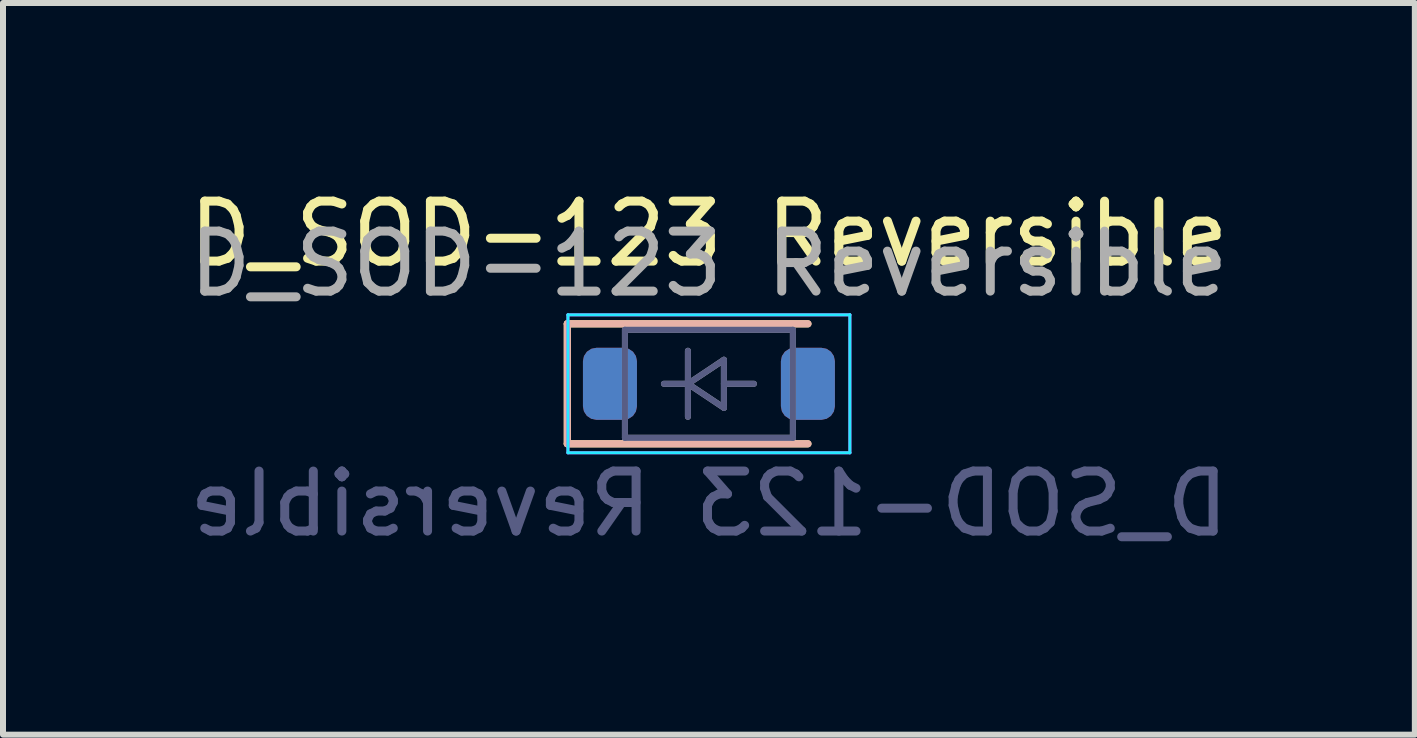
<source format=kicad_pcb>
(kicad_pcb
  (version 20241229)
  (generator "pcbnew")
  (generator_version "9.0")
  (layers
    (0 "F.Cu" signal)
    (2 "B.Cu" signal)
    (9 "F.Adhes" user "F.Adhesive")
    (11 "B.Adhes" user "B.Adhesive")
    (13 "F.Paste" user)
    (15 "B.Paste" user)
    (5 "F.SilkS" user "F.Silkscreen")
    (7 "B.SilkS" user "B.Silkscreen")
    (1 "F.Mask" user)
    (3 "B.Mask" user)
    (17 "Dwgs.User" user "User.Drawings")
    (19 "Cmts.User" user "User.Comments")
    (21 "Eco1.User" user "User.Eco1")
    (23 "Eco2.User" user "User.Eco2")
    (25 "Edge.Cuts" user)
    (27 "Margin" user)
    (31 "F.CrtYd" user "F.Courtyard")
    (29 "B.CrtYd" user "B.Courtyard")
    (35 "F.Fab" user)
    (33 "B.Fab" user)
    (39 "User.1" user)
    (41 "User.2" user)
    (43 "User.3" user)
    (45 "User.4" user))
  (footprint "D_SOD-123 Reversible"
    (layer "F.Cu")
    (at 8.768 2.848)
    (property "Reference" "D_SOD-123 Reversible" (at 0 -2 0) (layer "F.SilkS") (effects (font (size 1 1) (thickness 0.15))))
    (attr smd)
    (fp_line (start -2.36 -0.5) (end -2.36 1.5) (stroke (width 0.12) (type solid)) (layer "F.SilkS"))
    (fp_line (start -2.36 -0.5) (end 1.65 -0.5) (stroke (width 0.12) (type solid)) (layer "F.SilkS"))
    (fp_line (start -2.36 1.5) (end 1.65 1.5) (stroke (width 0.12) (type solid)) (layer "F.SilkS"))
    (fp_line (start -2.36 -0.5) (end 1.65 -0.5) (stroke (width 0.12) (type solid)) (layer "B.SilkS"))
    (fp_line (start -2.36 1.5) (end -2.36 -0.5) (stroke (width 0.12) (type solid)) (layer "B.SilkS"))
    (fp_line (start -2.36 1.5) (end 1.65 1.5) (stroke (width 0.12) (type solid)) (layer "B.SilkS"))
    (fp_line (start -2.35 1.65) (end -2.35 -0.65) (stroke (width 0.05) (type solid)) (layer "B.CrtYd"))
    (fp_line (start -2.35 1.65) (end 2.35 1.65) (stroke (width 0.05) (type solid)) (layer "B.CrtYd"))
    (fp_line (start 2.35 -0.65) (end -2.35 -0.65) (stroke (width 0.05) (type solid)) (layer "B.CrtYd"))
    (fp_line (start 2.35 1.65) (end 2.35 -0.65) (stroke (width 0.05) (type solid)) (layer "B.CrtYd"))
    (fp_line (start -2.35 -0.65) (end -2.35 1.65) (stroke (width 0.05) (type solid)) (layer "F.CrtYd"))
    (fp_line (start -2.35 -0.65) (end 2.35 -0.65) (stroke (width 0.05) (type solid)) (layer "F.CrtYd"))
    (fp_line (start 2.35 -0.65) (end 2.35 1.65) (stroke (width 0.05) (type solid)) (layer "F.CrtYd"))
    (fp_line (start 2.35 1.65) (end -2.35 1.65) (stroke (width 0.05) (type solid)) (layer "F.CrtYd"))
    (fp_line (start -1.4 -0.4) (end -1.4 1.4) (stroke (width 0.1) (type solid)) (layer "B.Fab"))
    (fp_line (start -1.4 1.4) (end 1.4 1.4) (stroke (width 0.1) (type solid)) (layer "B.Fab"))
    (fp_line (start -0.75 0.5) (end -0.35 0.5) (stroke (width 0.1) (type solid)) (layer "B.Fab"))
    (fp_line (start -0.35 0.5) (end -0.35 -0.05) (stroke (width 0.1) (type solid)) (layer "B.Fab"))
    (fp_line (start -0.35 0.5) (end -0.35 1.05) (stroke (width 0.1) (type solid)) (layer "B.Fab"))
    (fp_line (start -0.35 0.5) (end 0.25 0.9) (stroke (width 0.1) (type solid)) (layer "B.Fab"))
    (fp_line (start 0.25 0.1) (end -0.35 0.5) (stroke (width 0.1) (type solid)) (layer "B.Fab"))
    (fp_line (start 0.25 0.5) (end 0.75 0.5) (stroke (width 0.1) (type solid)) (layer "B.Fab"))
    (fp_line (start 0.25 0.9) (end 0.25 0.1) (stroke (width 0.1) (type solid)) (layer "B.Fab"))
    (fp_line (start 1.4 -0.4) (end -1.4 -0.4) (stroke (width 0.1) (type solid)) (layer "B.Fab"))
    (fp_line (start 1.4 1.4) (end 1.4 -0.4) (stroke (width 0.1) (type solid)) (layer "B.Fab"))
    (fp_line (start -1.4 -0.4) (end 1.4 -0.4) (stroke (width 0.1) (type solid)) (layer "F.Fab"))
    (fp_line (start -1.4 1.4) (end -1.4 -0.4) (stroke (width 0.1) (type solid)) (layer "F.Fab"))
    (fp_line (start -0.75 0.5) (end -0.35 0.5) (stroke (width 0.1) (type solid)) (layer "F.Fab"))
    (fp_line (start -0.35 0.5) (end -0.35 -0.05) (stroke (width 0.1) (type solid)) (layer "F.Fab"))
    (fp_line (start -0.35 0.5) (end -0.35 1.05) (stroke (width 0.1) (type solid)) (layer "F.Fab"))
    (fp_line (start -0.35 0.5) (end 0.25 0.1) (stroke (width 0.1) (type solid)) (layer "F.Fab"))
    (fp_line (start 0.25 0.1) (end 0.25 0.9) (stroke (width 0.1) (type solid)) (layer "F.Fab"))
    (fp_line (start 0.25 0.5) (end 0.75 0.5) (stroke (width 0.1) (type solid)) (layer "F.Fab"))
    (fp_line (start 0.25 0.9) (end -0.35 0.5) (stroke (width 0.1) (type solid)) (layer "F.Fab"))
    (fp_line (start 1.4 -0.4) (end 1.4 1.4) (stroke (width 0.1) (type solid)) (layer "F.Fab"))
    (fp_line (start 1.4 1.4) (end -1.4 1.4) (stroke (width 0.1) (type solid)) (layer "F.Fab"))
    (fp_text user "${REFERENCE}" (at 0 2.5 180) (layer "B.Fab") (effects (font (size 1 1) (thickness 0.15)) (justify mirror)))
    (fp_text user "${REFERENCE}" (at 0 -1.5 0) (layer "F.Fab") (effects (font (size 1 1) (thickness 0.15))))
    (pad "1" smd roundrect (at -1.65 0.5) (size 0.9 1.2) (layers "F.Cu" "F.Mask" "F.Paste") (roundrect_rratio 0.25))
    (pad "1" smd roundrect (at -1.65 0.5 180) (size 0.9 1.2) (layers "B.Cu" "B.Mask" "B.Paste") (roundrect_rratio 0.25))
    (pad "2" smd roundrect (at 1.65 0.5) (size 0.9 1.2) (layers "F.Cu" "F.Mask" "F.Paste") (roundrect_rratio 0.25))
    (pad "2" smd roundrect (at 1.65 0.5 180) (size 0.9 1.2) (layers "B.Cu" "B.Mask" "B.Paste") (roundrect_rratio 0.25)))
  (gr_rect
    (start -3 -3)
    (end 20.536 9.197)
    (stroke (width 0.1) (type default))
    (fill no)
    (layer "Edge.Cuts")))
</source>
